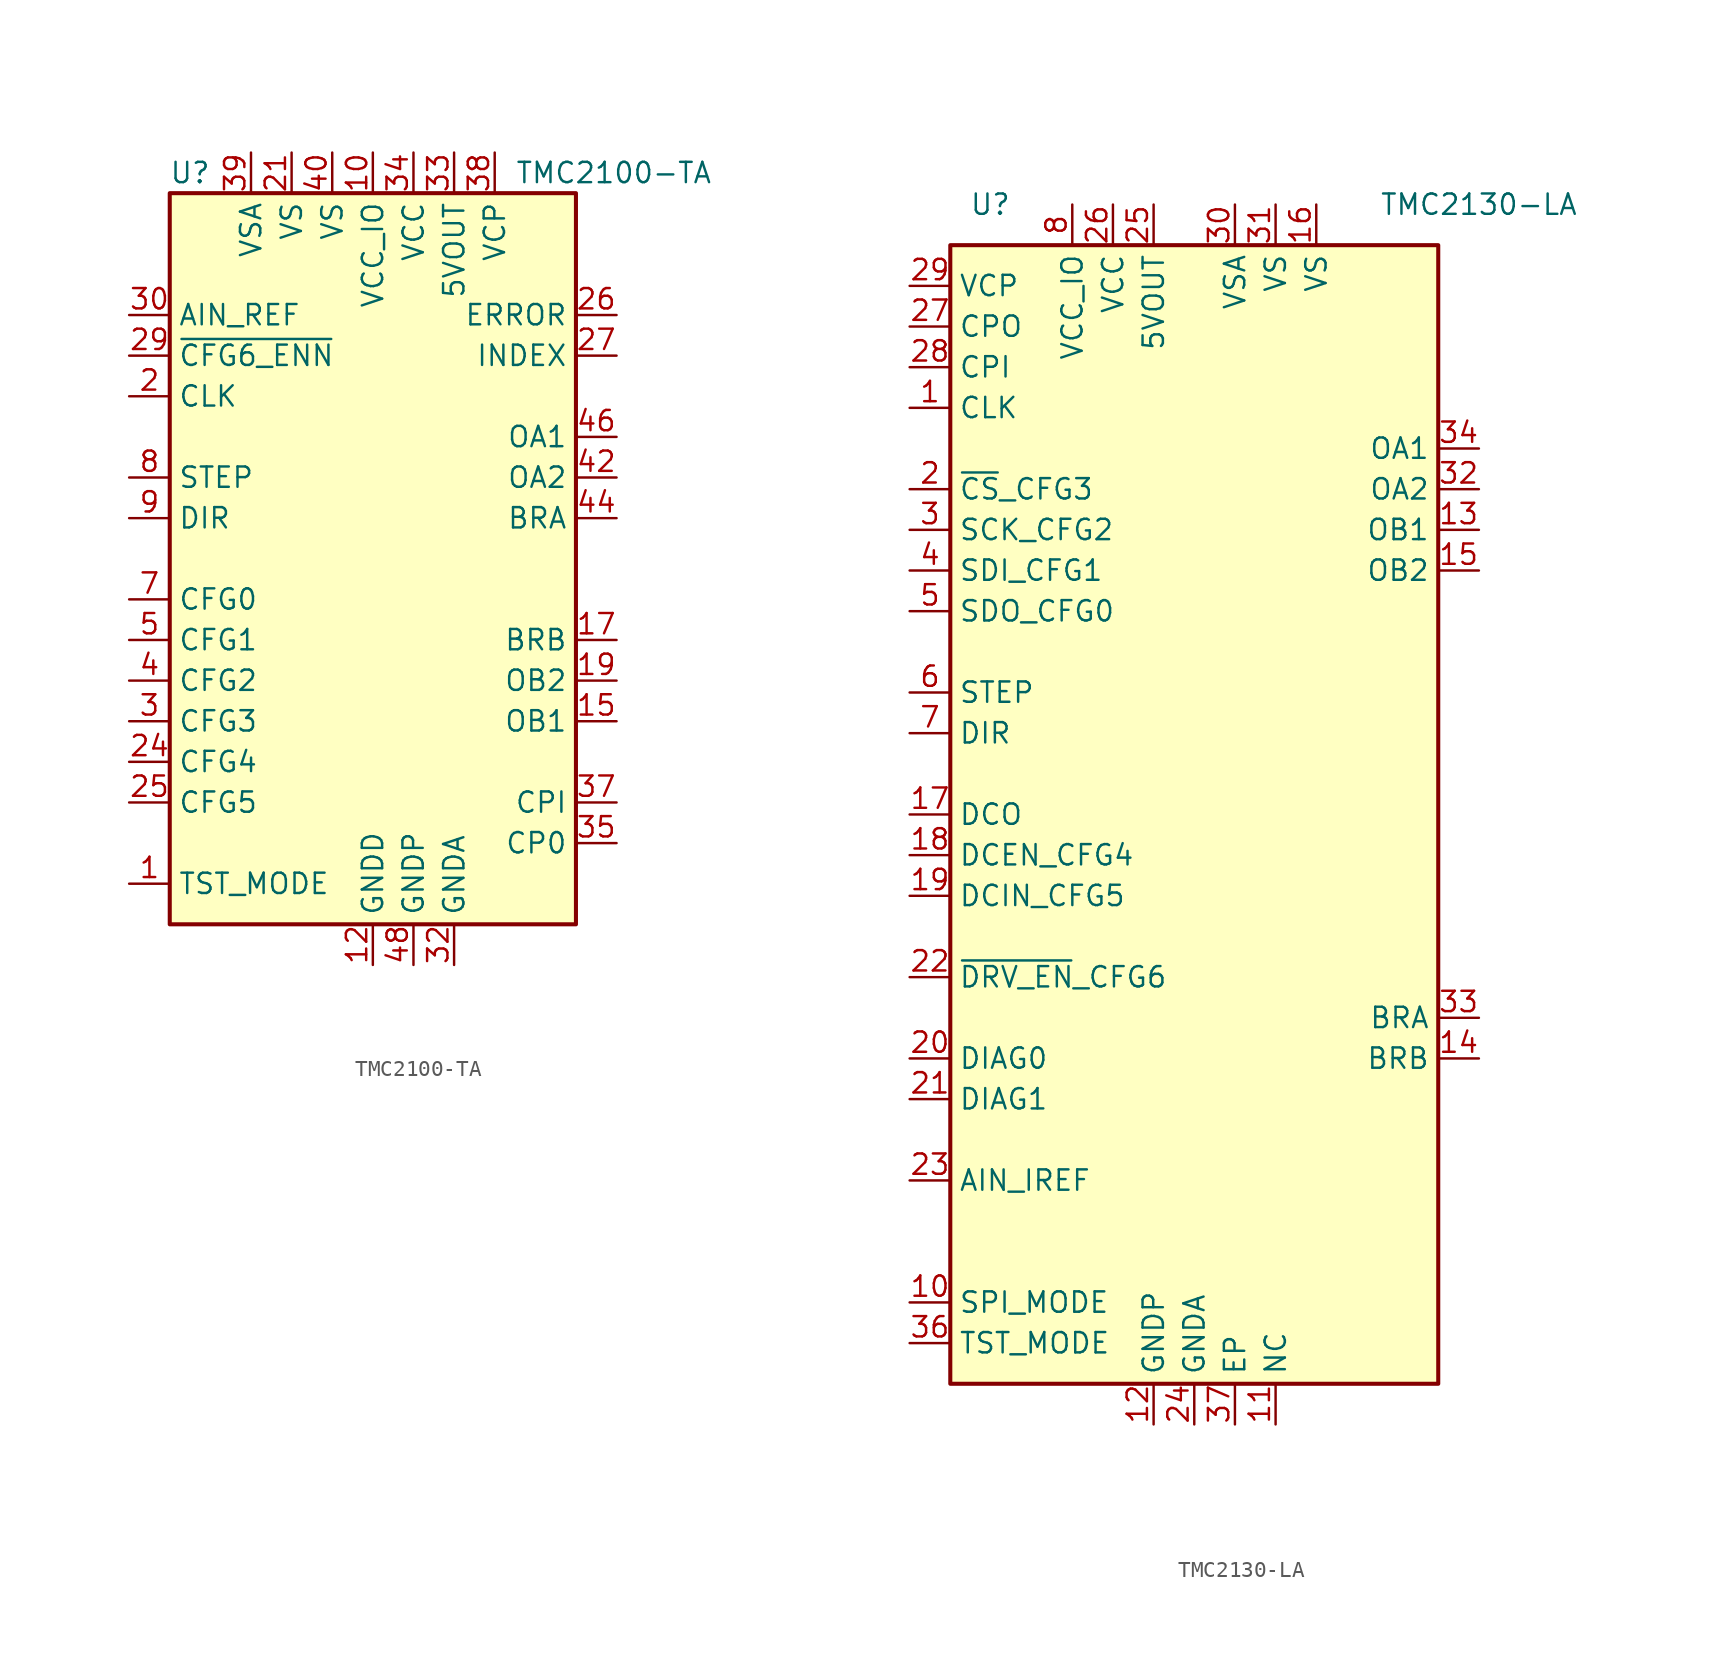
<source format=kicad_sym>
(kicad_symbol_lib
  (version 20211014)
  (generator kicad_symbol_editor)
  (symbol "TMC2100-TA"
    (property "Reference" "U"
      (at -11.43 24.13 0)
      (effects (font (size 1.27 1.27))))
    (property "Value" "TMC2100-TA"
      (at 8.89 24.13 0)
      (effects (font (size 1.27 1.27)) (justify left)))
    (symbol "TMC2100-TA_0_1"
      (rectangle (start -12.7 22.86) (end 12.7 -22.86) (stroke (width 0.254) (type default) (color 0 0 0 0)) (fill (type background))))
    (symbol "TMC2100-TA_1_1"
      (pin input line (at -15.24 -20.32 0) (length 2.54) (name "TST_MODE" (effects (font (size 1.27 1.27)))) (number "1" (effects (font (size 1.27 1.27)))))
      (pin power_in line (at 0 25.4 270) (length 2.54) (name "VCC_IO" (effects (font (size 1.27 1.27)))) (number "10" (effects (font (size 1.27 1.27)))))
      (pin no_connect line (at -12.7 17.78 0) (length 2.54) hide (name "DNC" (effects (font (size 1.27 1.27)))) (number "11" (effects (font (size 1.27 1.27)))))
      (pin power_in line (at 0 -25.4 90) (length 2.54) (name "GNDD" (effects (font (size 1.27 1.27)))) (number "12" (effects (font (size 1.27 1.27)))))
      (pin passive line (at 2.54 -25.4 90) (length 2.54) hide (name "GNDP" (effects (font (size 1.27 1.27)))) (number "13" (effects (font (size 1.27 1.27)))))
      (pin no_connect line (at -12.7 7.62 0) (length 2.54) hide (name "DNC" (effects (font (size 1.27 1.27)))) (number "14" (effects (font (size 1.27 1.27)))))
      (pin output line (at 15.24 -10.16 180) (length 2.54) (name "OB1" (effects (font (size 1.27 1.27)))) (number "15" (effects (font (size 1.27 1.27)))))
      (pin no_connect line (at -12.7 0 0) (length 2.54) hide (name "DNC" (effects (font (size 1.27 1.27)))) (number "16" (effects (font (size 1.27 1.27)))))
      (pin passive line (at 15.24 -5.08 180) (length 2.54) (name "BRB" (effects (font (size 1.27 1.27)))) (number "17" (effects (font (size 1.27 1.27)))))
      (pin no_connect line (at -12.7 -17.78 0) (length 2.54) hide (name "DNC" (effects (font (size 1.27 1.27)))) (number "18" (effects (font (size 1.27 1.27)))))
      (pin output line (at 15.24 -7.62 180) (length 2.54) (name "OB2" (effects (font (size 1.27 1.27)))) (number "19" (effects (font (size 1.27 1.27)))))
      (pin input line (at -15.24 10.16 0) (length 2.54) (name "CLK" (effects (font (size 1.27 1.27)))) (number "2" (effects (font (size 1.27 1.27)))))
      (pin no_connect line (at 12.7 17.78 180) (length 2.54) hide (name "DNC" (effects (font (size 1.27 1.27)))) (number "20" (effects (font (size 1.27 1.27)))))
      (pin power_in line (at -5.08 25.4 270) (length 2.54) (name "VS" (effects (font (size 1.27 1.27)))) (number "21" (effects (font (size 1.27 1.27)))))
      (pin no_connect line (at 7.62 -22.86 90) (length 2.54) hide (name "DNC" (effects (font (size 1.27 1.27)))) (number "22" (effects (font (size 1.27 1.27)))))
      (pin no_connect line (at 12.7 20.32 180) (length 2.54) hide (name "DNC" (effects (font (size 1.27 1.27)))) (number "23" (effects (font (size 1.27 1.27)))))
      (pin input line (at -15.24 -12.7 0) (length 2.54) (name "CFG4" (effects (font (size 1.27 1.27)))) (number "24" (effects (font (size 1.27 1.27)))))
      (pin input line (at -15.24 -15.24 0) (length 2.54) (name "CFG5" (effects (font (size 1.27 1.27)))) (number "25" (effects (font (size 1.27 1.27)))))
      (pin open_collector line (at 15.24 15.24 180) (length 2.54) (name "ERROR" (effects (font (size 1.27 1.27)))) (number "26" (effects (font (size 1.27 1.27)))))
      (pin open_collector line (at 15.24 12.7 180) (length 2.54) (name "INDEX" (effects (font (size 1.27 1.27)))) (number "27" (effects (font (size 1.27 1.27)))))
      (pin no_connect line (at 12.7 -20.32 180) (length 2.54) hide (name "DNC" (effects (font (size 1.27 1.27)))) (number "28" (effects (font (size 1.27 1.27)))))
      (pin input line (at -15.24 12.7 0) (length 2.54) (name "~{CFG6_ENN}" (effects (font (size 1.27 1.27)))) (number "29" (effects (font (size 1.27 1.27)))))
      (pin input line (at -15.24 -10.16 0) (length 2.54) (name "CFG3" (effects (font (size 1.27 1.27)))) (number "3" (effects (font (size 1.27 1.27)))))
      (pin input line (at -15.24 15.24 0) (length 2.54) (name "AIN_REF" (effects (font (size 1.27 1.27)))) (number "30" (effects (font (size 1.27 1.27)))))
      (pin passive line (at 0 -25.4 90) (length 2.54) hide (name "GNDD" (effects (font (size 1.27 1.27)))) (number "31" (effects (font (size 1.27 1.27)))))
      (pin power_in line (at 5.08 -25.4 90) (length 2.54) (name "GNDA" (effects (font (size 1.27 1.27)))) (number "32" (effects (font (size 1.27 1.27)))))
      (pin power_out line (at 5.08 25.4 270) (length 2.54) (name "5VOUT" (effects (font (size 1.27 1.27)))) (number "33" (effects (font (size 1.27 1.27)))))
      (pin power_in line (at 2.54 25.4 270) (length 2.54) (name "VCC" (effects (font (size 1.27 1.27)))) (number "34" (effects (font (size 1.27 1.27)))))
      (pin passive line (at 15.24 -17.78 180) (length 2.54) (name "CP0" (effects (font (size 1.27 1.27)))) (number "35" (effects (font (size 1.27 1.27)))))
      (pin passive line (at 0 -25.4 90) (length 2.54) hide (name "GNDD" (effects (font (size 1.27 1.27)))) (number "36" (effects (font (size 1.27 1.27)))))
      (pin passive line (at 15.24 -15.24 180) (length 2.54) (name "CPI" (effects (font (size 1.27 1.27)))) (number "37" (effects (font (size 1.27 1.27)))))
      (pin passive line (at 7.62 25.4 270) (length 2.54) (name "VCP" (effects (font (size 1.27 1.27)))) (number "38" (effects (font (size 1.27 1.27)))))
      (pin power_in line (at -7.62 25.4 270) (length 2.54) (name "VSA" (effects (font (size 1.27 1.27)))) (number "39" (effects (font (size 1.27 1.27)))))
      (pin input line (at -15.24 -7.62 0) (length 2.54) (name "CFG2" (effects (font (size 1.27 1.27)))) (number "4" (effects (font (size 1.27 1.27)))))
      (pin power_in line (at -2.54 25.4 270) (length 2.54) (name "VS" (effects (font (size 1.27 1.27)))) (number "40" (effects (font (size 1.27 1.27)))))
      (pin no_connect line (at 12.7 -12.7 180) (length 2.54) hide (name "DNC" (effects (font (size 1.27 1.27)))) (number "41" (effects (font (size 1.27 1.27)))))
      (pin output line (at 15.24 5.08 180) (length 2.54) (name "OA2" (effects (font (size 1.27 1.27)))) (number "42" (effects (font (size 1.27 1.27)))))
      (pin no_connect line (at 12.7 -2.54 180) (length 2.54) hide (name "DNC" (effects (font (size 1.27 1.27)))) (number "43" (effects (font (size 1.27 1.27)))))
      (pin passive line (at 15.24 2.54 180) (length 2.54) (name "BRA" (effects (font (size 1.27 1.27)))) (number "44" (effects (font (size 1.27 1.27)))))
      (pin no_connect line (at 12.7 0 180) (length 2.54) hide (name "DNC" (effects (font (size 1.27 1.27)))) (number "45" (effects (font (size 1.27 1.27)))))
      (pin output line (at 15.24 7.62 180) (length 2.54) (name "OA1" (effects (font (size 1.27 1.27)))) (number "46" (effects (font (size 1.27 1.27)))))
      (pin no_connect line (at 12.7 10.16 180) (length 2.54) hide (name "DNC" (effects (font (size 1.27 1.27)))) (number "47" (effects (font (size 1.27 1.27)))))
      (pin power_in line (at 2.54 -25.4 90) (length 2.54) (name "GNDP" (effects (font (size 1.27 1.27)))) (number "48" (effects (font (size 1.27 1.27)))))
      (pin passive line (at 0 -25.4 90) (length 2.54) hide (name "GNDD" (effects (font (size 1.27 1.27)))) (number "49" (effects (font (size 1.27 1.27)))))
      (pin input line (at -15.24 -5.08 0) (length 2.54) (name "CFG1" (effects (font (size 1.27 1.27)))) (number "5" (effects (font (size 1.27 1.27)))))
      (pin passive line (at 0 -25.4 90) (length 2.54) hide (name "GNDD" (effects (font (size 1.27 1.27)))) (number "6" (effects (font (size 1.27 1.27)))))
      (pin input line (at -15.24 -2.54 0) (length 2.54) (name "CFG0" (effects (font (size 1.27 1.27)))) (number "7" (effects (font (size 1.27 1.27)))))
      (pin input line (at -15.24 5.08 0) (length 2.54) (name "STEP" (effects (font (size 1.27 1.27)))) (number "8" (effects (font (size 1.27 1.27)))))
      (pin input line (at -15.24 2.54 0) (length 2.54) (name "DIR" (effects (font (size 1.27 1.27)))) (number "9" (effects (font (size 1.27 1.27)))))))
  (symbol "TMC2130-LA"
    (property "Reference" "U"
      (at -11.43 38.1 0)
      (effects (font (size 1.27 1.27)) (justify right)))
    (property "Value" "TMC2130-LA"
      (at 17.78 38.1 0)
      (effects (font (size 1.27 1.27))))
    (symbol "TMC2130-LA_0_1"
      (rectangle (start -15.24 35.56) (end 15.24 -35.56) (stroke (width 0.254) (type default) (color 0 0 0 0)) (fill (type background))))
    (symbol "TMC2130-LA_1_1"
      (pin input line (at -17.78 25.4 0) (length 2.54) (name "CLK" (effects (font (size 1.27 1.27)))) (number "1" (effects (font (size 1.27 1.27)))))
      (pin input line (at -17.78 -30.48 0) (length 2.54) (name "SPI_MODE" (effects (font (size 1.27 1.27)))) (number "10" (effects (font (size 1.27 1.27)))))
      (pin passive line (at 5.08 -38.1 90) (length 2.54) (name "NC" (effects (font (size 1.27 1.27)))) (number "11" (effects (font (size 1.27 1.27)))))
      (pin power_in line (at -2.54 -38.1 90) (length 2.54) (name "GNDP" (effects (font (size 1.27 1.27)))) (number "12" (effects (font (size 1.27 1.27)))))
      (pin output line (at 17.78 17.78 180) (length 2.54) (name "OB1" (effects (font (size 1.27 1.27)))) (number "13" (effects (font (size 1.27 1.27)))))
      (pin passive line (at 17.78 -15.24 180) (length 2.54) (name "BRB" (effects (font (size 1.27 1.27)))) (number "14" (effects (font (size 1.27 1.27)))))
      (pin output line (at 17.78 15.24 180) (length 2.54) (name "OB2" (effects (font (size 1.27 1.27)))) (number "15" (effects (font (size 1.27 1.27)))))
      (pin power_in line (at 7.62 38.1 270) (length 2.54) (name "VS" (effects (font (size 1.27 1.27)))) (number "16" (effects (font (size 1.27 1.27)))))
      (pin output line (at -17.78 0 0) (length 2.54) (name "DCO" (effects (font (size 1.27 1.27)))) (number "17" (effects (font (size 1.27 1.27)))))
      (pin input line (at -17.78 -2.54 0) (length 2.54) (name "DCEN_CFG4" (effects (font (size 1.27 1.27)))) (number "18" (effects (font (size 1.27 1.27)))))
      (pin input line (at -17.78 -5.08 0) (length 2.54) (name "DCIN_CFG5" (effects (font (size 1.27 1.27)))) (number "19" (effects (font (size 1.27 1.27)))))
      (pin input line (at -17.78 20.32 0) (length 2.54) (name "~{CS}_CFG3" (effects (font (size 1.27 1.27)))) (number "2" (effects (font (size 1.27 1.27)))))
      (pin output line (at -17.78 -15.24 0) (length 2.54) (name "DIAG0" (effects (font (size 1.27 1.27)))) (number "20" (effects (font (size 1.27 1.27)))))
      (pin output line (at -17.78 -17.78 0) (length 2.54) (name "DIAG1" (effects (font (size 1.27 1.27)))) (number "21" (effects (font (size 1.27 1.27)))))
      (pin input line (at -17.78 -10.16 0) (length 2.54) (name "~{DRV_EN}_CFG6" (effects (font (size 1.27 1.27)))) (number "22" (effects (font (size 1.27 1.27)))))
      (pin input line (at -17.78 -22.86 0) (length 2.54) (name "AIN_IREF" (effects (font (size 1.27 1.27)))) (number "23" (effects (font (size 1.27 1.27)))))
      (pin power_in line (at 0 -38.1 90) (length 2.54) (name "GNDA" (effects (font (size 1.27 1.27)))) (number "24" (effects (font (size 1.27 1.27)))))
      (pin power_out line (at -2.54 38.1 270) (length 2.54) (name "5VOUT" (effects (font (size 1.27 1.27)))) (number "25" (effects (font (size 1.27 1.27)))))
      (pin power_in line (at -5.08 38.1 270) (length 2.54) (name "VCC" (effects (font (size 1.27 1.27)))) (number "26" (effects (font (size 1.27 1.27)))))
      (pin passive line (at -17.78 30.48 0) (length 2.54) (name "CPO" (effects (font (size 1.27 1.27)))) (number "27" (effects (font (size 1.27 1.27)))))
      (pin passive line (at -17.78 27.94 0) (length 2.54) (name "CPI" (effects (font (size 1.27 1.27)))) (number "28" (effects (font (size 1.27 1.27)))))
      (pin passive line (at -17.78 33.02 0) (length 2.54) (name "VCP" (effects (font (size 1.27 1.27)))) (number "29" (effects (font (size 1.27 1.27)))))
      (pin input line (at -17.78 17.78 0) (length 2.54) (name "SCK_CFG2" (effects (font (size 1.27 1.27)))) (number "3" (effects (font (size 1.27 1.27)))))
      (pin power_in line (at 2.54 38.1 270) (length 2.54) (name "VSA" (effects (font (size 1.27 1.27)))) (number "30" (effects (font (size 1.27 1.27)))))
      (pin power_in line (at 5.08 38.1 270) (length 2.54) (name "VS" (effects (font (size 1.27 1.27)))) (number "31" (effects (font (size 1.27 1.27)))))
      (pin output line (at 17.78 20.32 180) (length 2.54) (name "OA2" (effects (font (size 1.27 1.27)))) (number "32" (effects (font (size 1.27 1.27)))))
      (pin passive line (at 17.78 -12.7 180) (length 2.54) (name "BRA" (effects (font (size 1.27 1.27)))) (number "33" (effects (font (size 1.27 1.27)))))
      (pin output line (at 17.78 22.86 180) (length 2.54) (name "OA1" (effects (font (size 1.27 1.27)))) (number "34" (effects (font (size 1.27 1.27)))))
      (pin passive line (at -2.54 -38.1 90) (length 2.54) hide (name "GNDP" (effects (font (size 1.27 1.27)))) (number "35" (effects (font (size 1.27 1.27)))))
      (pin input line (at -17.78 -33.02 0) (length 2.54) (name "TST_MODE" (effects (font (size 1.27 1.27)))) (number "36" (effects (font (size 1.27 1.27)))))
      (pin power_in line (at 2.54 -38.1 90) (length 2.54) (name "EP" (effects (font (size 1.27 1.27)))) (number "37" (effects (font (size 1.27 1.27)))))
      (pin input line (at -17.78 15.24 0) (length 2.54) (name "SDI_CFG1" (effects (font (size 1.27 1.27)))) (number "4" (effects (font (size 1.27 1.27)))))
      (pin bidirectional line (at -17.78 12.7 0) (length 2.54) (name "SDO_CFG0" (effects (font (size 1.27 1.27)))) (number "5" (effects (font (size 1.27 1.27)))))
      (pin input line (at -17.78 7.62 0) (length 2.54) (name "STEP" (effects (font (size 1.27 1.27)))) (number "6" (effects (font (size 1.27 1.27)))))
      (pin input line (at -17.78 5.08 0) (length 2.54) (name "DIR" (effects (font (size 1.27 1.27)))) (number "7" (effects (font (size 1.27 1.27)))))
      (pin power_in line (at -7.62 38.1 270) (length 2.54) (name "VCC_IO" (effects (font (size 1.27 1.27)))) (number "8" (effects (font (size 1.27 1.27)))))
      (pin no_connect line (at 15.24 33.02 180) (length 2.54) hide (name "DNC" (effects (font (size 1.27 1.27)))) (number "9" (effects (font (size 1.27 1.27))))))))
</source>
